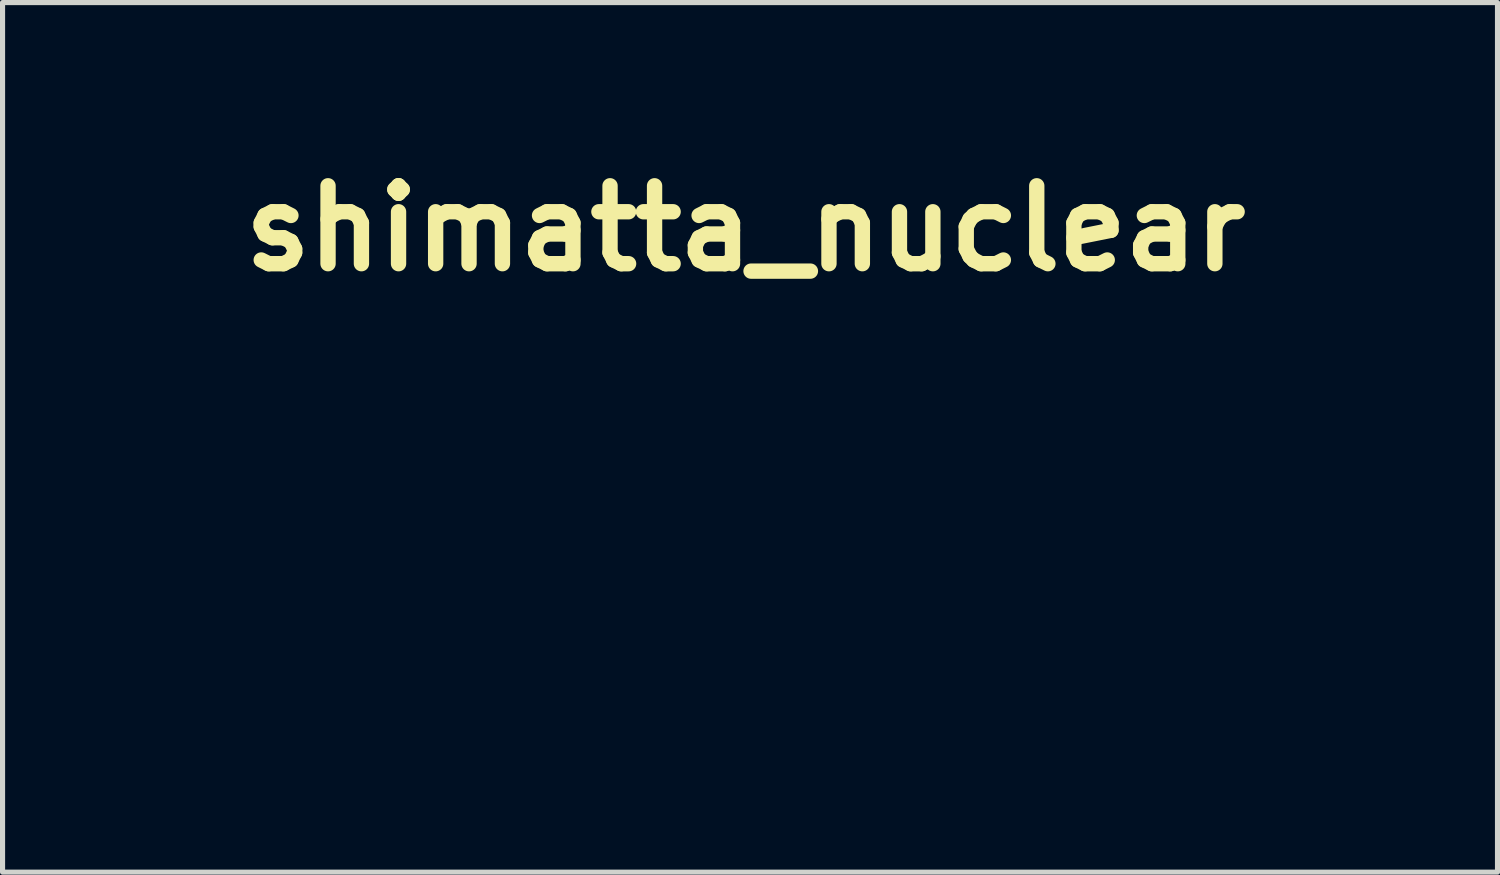
<source format=kicad_pcb>
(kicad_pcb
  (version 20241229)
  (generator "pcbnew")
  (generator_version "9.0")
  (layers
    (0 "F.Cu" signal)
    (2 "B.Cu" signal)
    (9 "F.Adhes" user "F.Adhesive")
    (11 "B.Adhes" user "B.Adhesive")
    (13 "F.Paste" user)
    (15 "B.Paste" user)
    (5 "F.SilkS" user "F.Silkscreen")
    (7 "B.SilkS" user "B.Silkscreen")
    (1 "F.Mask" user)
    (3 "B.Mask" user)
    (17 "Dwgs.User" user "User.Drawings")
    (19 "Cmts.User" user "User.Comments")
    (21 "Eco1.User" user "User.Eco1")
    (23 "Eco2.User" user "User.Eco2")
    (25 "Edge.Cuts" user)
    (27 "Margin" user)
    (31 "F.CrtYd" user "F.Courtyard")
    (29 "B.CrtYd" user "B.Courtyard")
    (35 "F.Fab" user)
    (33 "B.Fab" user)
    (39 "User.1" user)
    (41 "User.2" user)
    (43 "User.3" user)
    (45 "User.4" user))
  (footprint "shimatta_nuclear"
    (layer "F.Cu")
    (at 11.53 6.418)
    (property "Reference" "shimatta_nuclear" (at 0 -5 0) (layer "F.SilkS") (effects (font (size 1.524 1.524) (thickness 0.3))))
    (attr through_hole)
    (fp_poly (pts (xy 8.087 -1.064) (xy 8.084 -0.895) (xy 7.836 -0.887) (xy 7.485 -0.864) (xy 7.144 -0.821) (xy 6.808 -0.756) (xy 6.676 -0.724) (xy 6.592 -0.704) (xy 6.532 -0.692) (xy 6.495 -0.688) (xy 6.483 -0.691) (xy 6.479 -0.708) (xy 6.472 -0.745) (xy 6.463 -0.796) (xy 6.454 -0.847) (xy 6.43 -0.989) (xy 6.616 -1.041) (xy 6.841 -1.097) (xy 7.082 -1.145) (xy 7.331 -1.183) (xy 7.58 -1.211) (xy 7.822 -1.228) (xy 7.998 -1.232) (xy 8.091 -1.232) (xy 8.087 -1.064)) (stroke (width 0.01) (type solid)) (fill yes) (layer "F.Mask"))
    (fp_poly (pts (xy 6.614 2.936) (xy 6.619 2.938) (xy 6.684 2.974) (xy 6.743 3.03) (xy 6.789 3.096) (xy 6.814 3.155) (xy 6.827 3.241) (xy 6.818 3.323) (xy 6.79 3.398) (xy 6.746 3.464) (xy 6.688 3.517) (xy 6.62 3.557) (xy 6.544 3.579) (xy 6.464 3.582) (xy 6.381 3.563) (xy 6.363 3.555) (xy 6.283 3.506) (xy 6.222 3.441) (xy 6.181 3.361) (xy 6.163 3.276) (xy 6.166 3.188) (xy 6.191 3.108) (xy 6.235 3.038) (xy 6.293 2.982) (xy 6.363 2.942) (xy 6.442 2.919) (xy 6.527 2.916) (xy 6.614 2.936)) (stroke (width 0.01) (type solid)) (fill yes) (layer "F.Mask"))
    (fp_poly (pts (xy 6.05 3.309) (xy 6.074 3.402) (xy 6.117 3.49) (xy 6.176 3.565) (xy 6.222 3.605) (xy 6.27 3.639) (xy 6.005 4.102) (xy 5.949 4.201) (xy 5.895 4.293) (xy 5.847 4.376) (xy 5.806 4.448) (xy 5.772 4.506) (xy 5.747 4.547) (xy 5.733 4.57) (xy 5.73 4.574) (xy 5.716 4.572) (xy 5.686 4.558) (xy 5.646 4.535) (xy 5.621 4.519) (xy 5.467 4.402) (xy 5.33 4.267) (xy 5.211 4.117) (xy 5.111 3.953) (xy 5.032 3.778) (xy 4.975 3.594) (xy 4.941 3.404) (xy 4.935 3.35) (xy 4.928 3.251) (xy 6.042 3.251) (xy 6.05 3.309)) (stroke (width 0.01) (type solid)) (fill yes) (layer "F.Mask"))
    (fp_poly (pts (xy 8.052 3.318) (xy 8.047 3.396) (xy 8.034 3.489) (xy 8.015 3.586) (xy 7.991 3.679) (xy 7.978 3.721) (xy 7.905 3.9) (xy 7.811 4.068) (xy 7.699 4.221) (xy 7.57 4.357) (xy 7.497 4.42) (xy 7.452 4.455) (xy 7.403 4.492) (xy 7.355 4.526) (xy 7.313 4.555) (xy 7.28 4.576) (xy 7.263 4.584) (xy 7.262 4.584) (xy 7.255 4.574) (xy 7.237 4.543) (xy 7.209 4.495) (xy 7.172 4.432) (xy 7.128 4.356) (xy 7.077 4.268) (xy 7.022 4.173) (xy 6.987 4.112) (xy 6.717 3.639) (xy 6.752 3.614) (xy 6.828 3.544) (xy 6.887 3.457) (xy 6.927 3.358) (xy 6.937 3.32) (xy 6.95 3.251) (xy 8.052 3.251) (xy 8.052 3.318)) (stroke (width 0.01) (type solid)) (fill yes) (layer "F.Mask"))
    (fp_poly (pts (xy 6.741 1.709) (xy 6.911 1.744) (xy 7.076 1.798) (xy 7.218 1.863) (xy 7.279 1.894) (xy 7.248 1.947) (xy 7.218 1.998) (xy 7.181 2.063) (xy 7.137 2.138) (xy 7.089 2.221) (xy 7.038 2.308) (xy 6.986 2.397) (xy 6.935 2.484) (xy 6.887 2.568) (xy 6.842 2.643) (xy 6.804 2.709) (xy 6.773 2.762) (xy 6.752 2.798) (xy 6.742 2.815) (xy 6.718 2.855) (xy 6.651 2.829) (xy 6.575 2.808) (xy 6.49 2.802) (xy 6.407 2.808) (xy 6.334 2.829) (xy 6.333 2.83) (xy 6.295 2.847) (xy 6.274 2.855) (xy 6.264 2.855) (xy 6.256 2.848) (xy 6.252 2.842) (xy 6.242 2.827) (xy 6.222 2.792) (xy 6.192 2.742) (xy 6.155 2.678) (xy 6.112 2.604) (xy 6.065 2.522) (xy 6.015 2.435) (xy 5.964 2.346) (xy 5.914 2.259) (xy 5.867 2.175) (xy 5.823 2.098) (xy 5.785 2.031) (xy 5.754 1.977) (xy 5.733 1.938) (xy 5.722 1.917) (xy 5.721 1.915) (xy 5.722 1.902) (xy 5.736 1.886) (xy 5.768 1.867) (xy 5.804 1.848) (xy 5.979 1.774) (xy 6.164 1.723) (xy 6.358 1.696) (xy 6.558 1.693) (xy 6.741 1.709)) (stroke (width 0.01) (type solid)) (fill yes) (layer "F.Mask"))
    (fp_poly (pts (xy 6.514 -0.034) (xy 6.522 -0.001) (xy 6.531 0.044) (xy 6.534 0.06) (xy 6.567 0.199) (xy 6.611 0.316) (xy 6.666 0.412) (xy 6.734 0.491) (xy 6.818 0.552) (xy 6.917 0.599) (xy 7.01 0.627) (xy 7.148 0.653) (xy 7.307 0.668) (xy 7.489 0.673) (xy 7.693 0.667) (xy 7.92 0.652) (xy 8.151 0.628) (xy 8.214 0.621) (xy 8.267 0.615) (xy 8.305 0.612) (xy 8.324 0.612) (xy 8.325 0.612) (xy 8.327 0.625) (xy 8.33 0.659) (xy 8.333 0.709) (xy 8.337 0.77) (xy 8.338 0.789) (xy 8.347 0.961) (xy 8.139 0.983) (xy 8.049 0.991) (xy 7.952 1) (xy 7.853 1.008) (xy 7.756 1.014) (xy 7.666 1.02) (xy 7.587 1.024) (xy 7.525 1.026) (xy 7.487 1.026) (xy 7.453 1.025) (xy 7.401 1.022) (xy 7.34 1.018) (xy 7.296 1.015) (xy 7.107 0.996) (xy 6.939 0.965) (xy 6.791 0.922) (xy 6.663 0.864) (xy 6.552 0.792) (xy 6.457 0.704) (xy 6.378 0.599) (xy 6.312 0.477) (xy 6.259 0.336) (xy 6.224 0.205) (xy 6.213 0.153) (xy 6.206 0.11) (xy 6.205 0.083) (xy 6.206 0.076) (xy 6.222 0.067) (xy 6.255 0.052) (xy 6.3 0.033) (xy 6.351 0.012) (xy 6.402 -0.009) (xy 6.449 -0.027) (xy 6.486 -0.041) (xy 6.507 -0.047) (xy 6.51 -0.047) (xy 6.514 -0.034)) (stroke (width 0.01) (type solid)) (fill yes) (layer "F.Mask"))
    (fp_poly (pts (xy -7.899 -1.121) (xy -7.899 -0.898) (xy -7.899 -0.698) (xy -7.898 -0.522) (xy -7.898 -0.366) (xy -7.897 -0.229) (xy -7.896 -0.11) (xy -7.895 -0.007) (xy -7.893 0.081) (xy -7.891 0.156) (xy -7.888 0.219) (xy -7.885 0.272) (xy -7.881 0.317) (xy -7.876 0.354) (xy -7.871 0.386) (xy -7.865 0.414) (xy -7.857 0.439) (xy -7.849 0.463) (xy -7.84 0.488) (xy -7.836 0.499) (xy -7.788 0.595) (xy -7.721 0.673) (xy -7.635 0.735) (xy -7.53 0.781) (xy -7.518 0.785) (xy -7.463 0.796) (xy -7.388 0.804) (xy -7.301 0.807) (xy -7.209 0.807) (xy -7.117 0.802) (xy -7.032 0.794) (xy -6.96 0.782) (xy -6.941 0.777) (xy -6.865 0.752) (xy -6.778 0.717) (xy -6.69 0.677) (xy -6.609 0.635) (xy -6.545 0.595) (xy -6.406 0.487) (xy -6.273 0.355) (xy -6.146 0.202) (xy -6.026 0.03) (xy -5.947 -0.104) (xy -5.872 -0.24) (xy -5.736 -0.104) (xy -5.601 0.032) (xy -5.662 0.138) (xy -5.774 0.314) (xy -5.904 0.478) (xy -6.048 0.629) (xy -6.203 0.764) (xy -6.369 0.883) (xy -6.541 0.982) (xy -6.718 1.06) (xy -6.897 1.116) (xy -6.99 1.136) (xy -7.091 1.149) (xy -7.207 1.154) (xy -7.327 1.154) (xy -7.443 1.147) (xy -7.546 1.133) (xy -7.569 1.129) (xy -7.718 1.087) (xy -7.849 1.027) (xy -7.963 0.948) (xy -8.059 0.851) (xy -8.138 0.735) (xy -8.199 0.602) (xy -8.242 0.45) (xy -8.267 0.291) (xy -8.269 0.256) (xy -8.272 0.196) (xy -8.273 0.112) (xy -8.275 0.007) (xy -8.277 -0.121) (xy -8.278 -0.268) (xy -8.279 -0.436) (xy -8.28 -0.621) (xy -8.28 -0.824) (xy -8.28 -1.044) (xy -8.28 -1.157) (xy -8.28 -2.477) (xy -7.899 -2.477) (xy -7.899 -1.121)) (stroke (width 0.01) (type solid)) (fill yes) (layer "F.Mask"))
    (fp_poly (pts (xy 2.254 -1.301) (xy 2.347 -1.3) (xy 2.42 -1.299) (xy 2.476 -1.297) (xy 2.521 -1.293) (xy 2.559 -1.287) (xy 2.596 -1.279) (xy 2.623 -1.272) (xy 2.775 -1.219) (xy 2.908 -1.151) (xy 3.022 -1.065) (xy 3.119 -0.962) (xy 3.197 -0.842) (xy 3.219 -0.798) (xy 3.254 -0.716) (xy 3.278 -0.635) (xy 3.293 -0.549) (xy 3.299 -0.452) (xy 3.298 -0.337) (xy 3.298 -0.337) (xy 3.292 -0.229) (xy 3.28 -0.138) (xy 3.261 -0.058) (xy 3.232 0.02) (xy 3.193 0.102) (xy 3.112 0.229) (xy 3.009 0.345) (xy 2.883 0.451) (xy 2.734 0.547) (xy 2.564 0.631) (xy 2.371 0.705) (xy 2.157 0.768) (xy 1.922 0.819) (xy 1.734 0.85) (xy 1.66 0.86) (xy 1.586 0.869) (xy 1.521 0.877) (xy 1.471 0.882) (xy 1.467 0.883) (xy 1.378 0.89) (xy 1.3 0.726) (xy 1.222 0.562) (xy 1.357 0.553) (xy 1.61 0.531) (xy 1.843 0.497) (xy 2.055 0.452) (xy 2.245 0.396) (xy 2.415 0.329) (xy 2.562 0.25) (xy 2.686 0.161) (xy 2.753 0.099) (xy 2.83 0.012) (xy 2.886 -0.072) (xy 2.924 -0.159) (xy 2.947 -0.256) (xy 2.956 -0.354) (xy 2.953 -0.491) (xy 2.931 -0.613) (xy 2.889 -0.718) (xy 2.827 -0.807) (xy 2.745 -0.881) (xy 2.645 -0.938) (xy 2.525 -0.979) (xy 2.385 -1.003) (xy 2.226 -1.012) (xy 2.066 -1.005) (xy 1.951 -0.995) (xy 1.836 -0.981) (xy 1.718 -0.963) (xy 1.595 -0.941) (xy 1.464 -0.913) (xy 1.323 -0.881) (xy 1.168 -0.842) (xy 0.998 -0.796) (xy 0.809 -0.743) (xy 0.599 -0.682) (xy 0.584 -0.677) (xy 0.573 -0.682) (xy 0.557 -0.703) (xy 0.535 -0.742) (xy 0.506 -0.802) (xy 0.493 -0.831) (xy 0.421 -0.99) (xy 0.468 -1.003) (xy 0.698 -1.062) (xy 0.932 -1.117) (xy 1.166 -1.168) (xy 1.393 -1.212) (xy 1.609 -1.25) (xy 1.807 -1.279) (xy 1.854 -1.285) (xy 1.91 -1.29) (xy 1.984 -1.295) (xy 2.07 -1.298) (xy 2.162 -1.3) (xy 2.252 -1.301) (xy 2.254 -1.301)) (stroke (width 0.01) (type solid)) (fill yes) (layer "F.Mask"))
    (fp_poly (pts (xy 5.938 -2.639) (xy 5.972 -2.635) (xy 6.021 -2.628) (xy 6.082 -2.618) (xy 6.102 -2.615) (xy 6.173 -2.602) (xy 6.223 -2.592) (xy 6.255 -2.582) (xy 6.27 -2.573) (xy 6.274 -2.566) (xy 6.27 -2.549) (xy 6.262 -2.511) (xy 6.249 -2.454) (xy 6.232 -2.384) (xy 6.211 -2.302) (xy 6.189 -2.213) (xy 6.187 -2.206) (xy 6.165 -2.117) (xy 6.145 -2.036) (xy 6.129 -1.967) (xy 6.117 -1.913) (xy 6.11 -1.877) (xy 6.108 -1.861) (xy 6.108 -1.861) (xy 6.123 -1.861) (xy 6.16 -1.865) (xy 6.212 -1.872) (xy 6.278 -1.881) (xy 6.352 -1.893) (xy 6.431 -1.905) (xy 6.509 -1.918) (xy 6.584 -1.931) (xy 6.651 -1.944) (xy 6.679 -1.949) (xy 6.739 -1.961) (xy 6.789 -1.97) (xy 6.824 -1.976) (xy 6.84 -1.978) (xy 6.84 -1.978) (xy 6.842 -1.965) (xy 6.845 -1.931) (xy 6.849 -1.882) (xy 6.852 -1.822) (xy 6.853 -1.814) (xy 6.856 -1.748) (xy 6.857 -1.702) (xy 6.856 -1.674) (xy 6.852 -1.658) (xy 6.845 -1.65) (xy 6.838 -1.646) (xy 6.812 -1.641) (xy 6.767 -1.633) (xy 6.704 -1.624) (xy 6.631 -1.613) (xy 6.55 -1.602) (xy 6.466 -1.591) (xy 6.384 -1.58) (xy 6.308 -1.571) (xy 6.243 -1.564) (xy 6.217 -1.562) (xy 6.155 -1.556) (xy 6.1 -1.55) (xy 6.059 -1.546) (xy 6.038 -1.543) (xy 6.025 -1.536) (xy 6.013 -1.52) (xy 6 -1.49) (xy 5.983 -1.442) (xy 5.964 -1.381) (xy 5.856 -1.036) (xy 5.747 -0.702) (xy 5.637 -0.382) (xy 5.527 -0.078) (xy 5.418 0.209) (xy 5.31 0.476) (xy 5.205 0.721) (xy 5.109 0.93) (xy 5.079 0.991) (xy 5.052 1.042) (xy 5.03 1.08) (xy 5.015 1.101) (xy 5.011 1.104) (xy 4.995 1.098) (xy 4.961 1.084) (xy 4.912 1.064) (xy 4.855 1.039) (xy 4.839 1.032) (xy 4.781 1.006) (xy 4.732 0.984) (xy 4.696 0.967) (xy 4.678 0.959) (xy 4.676 0.958) (xy 4.681 0.947) (xy 4.695 0.916) (xy 4.718 0.87) (xy 4.748 0.811) (xy 4.783 0.743) (xy 4.793 0.722) (xy 4.959 0.386) (xy 5.115 0.035) (xy 5.262 -0.332) (xy 5.403 -0.719) (xy 5.536 -1.127) (xy 5.576 -1.257) (xy 5.598 -1.328) (xy 5.617 -1.391) (xy 5.632 -1.443) (xy 5.643 -1.478) (xy 5.647 -1.491) (xy 5.649 -1.499) (xy 5.645 -1.505) (xy 5.634 -1.509) (xy 5.612 -1.511) (xy 5.576 -1.512) (xy 5.523 -1.511) (xy 5.449 -1.51) (xy 5.389 -1.508) (xy 5.292 -1.506) (xy 5.188 -1.506) (xy 5.084 -1.506) (xy 4.99 -1.507) (xy 4.924 -1.508) (xy 4.724 -1.515) (xy 4.724 -1.842) (xy 4.867 -1.832) (xy 4.915 -1.83) (xy 4.979 -1.828) (xy 5.055 -1.826) (xy 5.141 -1.825) (xy 5.232 -1.824) (xy 5.325 -1.823) (xy 5.417 -1.823) (xy 5.503 -1.823) (xy 5.581 -1.824) (xy 5.646 -1.825) (xy 5.695 -1.827) (xy 5.726 -1.829) (xy 5.733 -1.83) (xy 5.738 -1.844) (xy 5.748 -1.879) (xy 5.761 -1.931) (xy 5.777 -1.997) (xy 5.795 -2.072) (xy 5.815 -2.154) (xy 5.834 -2.237) (xy 5.853 -2.319) (xy 5.871 -2.396) (xy 5.886 -2.463) (xy 5.897 -2.518) (xy 5.899 -2.527) (xy 5.909 -2.576) (xy 5.918 -2.615) (xy 5.924 -2.637) (xy 5.925 -2.64) (xy 5.938 -2.639)) (stroke (width 0.01) (type solid)) (fill yes) (layer "F.Mask"))
    (fp_poly (pts (xy 0.813 -4.899) (xy 1.526 -4.875) (xy 2.233 -4.834) (xy 2.932 -4.778) (xy 3.621 -4.705) (xy 4.298 -4.616) (xy 4.959 -4.512) (xy 5.563 -4.399) (xy 6.044 -4.297) (xy 6.509 -4.188) (xy 6.958 -4.071) (xy 7.389 -3.947) (xy 7.803 -3.816) (xy 8.198 -3.679) (xy 8.575 -3.535) (xy 8.933 -3.385) (xy 9.272 -3.23) (xy 9.591 -3.068) (xy 9.889 -2.902) (xy 10.166 -2.73) (xy 10.422 -2.554) (xy 10.657 -2.373) (xy 10.869 -2.188) (xy 11.058 -1.999) (xy 11.225 -1.806) (xy 11.367 -1.609) (xy 11.486 -1.409) (xy 11.58 -1.206) (xy 11.619 -1.099) (xy 11.65 -1) (xy 11.672 -0.912) (xy 11.688 -0.828) (xy 11.697 -0.74) (xy 11.702 -0.641) (xy 11.703 -0.546) (xy 11.702 -0.433) (xy 11.696 -0.337) (xy 11.686 -0.251) (xy 11.669 -0.168) (xy 11.646 -0.078) (xy 11.614 0.021) (xy 11.535 0.219) (xy 11.432 0.416) (xy 11.304 0.611) (xy 11.151 0.803) (xy 10.976 0.992) (xy 10.777 1.178) (xy 10.556 1.361) (xy 10.313 1.539) (xy 10.048 1.714) (xy 9.762 1.883) (xy 9.455 2.047) (xy 9.129 2.206) (xy 8.836 2.336) (xy 8.774 2.362) (xy 8.703 2.391) (xy 8.625 2.423) (xy 8.545 2.455) (xy 8.467 2.486) (xy 8.393 2.515) (xy 8.329 2.54) (xy 8.276 2.56) (xy 8.24 2.573) (xy 8.223 2.578) (xy 8.222 2.578) (xy 8.22 2.567) (xy 8.218 2.536) (xy 8.217 2.498) (xy 8.217 2.418) (xy 8.392 2.35) (xy 8.759 2.201) (xy 9.105 2.046) (xy 9.43 1.886) (xy 9.733 1.721) (xy 10.014 1.553) (xy 10.273 1.38) (xy 10.509 1.203) (xy 10.722 1.023) (xy 10.911 0.84) (xy 11.077 0.653) (xy 11.219 0.464) (xy 11.337 0.272) (xy 11.429 0.079) (xy 11.473 -0.038) (xy 11.524 -0.234) (xy 11.551 -0.431) (xy 11.553 -0.63) (xy 11.53 -0.828) (xy 11.482 -1.023) (xy 11.42 -1.191) (xy 11.321 -1.389) (xy 11.198 -1.584) (xy 11.051 -1.775) (xy 10.879 -1.964) (xy 10.684 -2.149) (xy 10.465 -2.33) (xy 10.223 -2.507) (xy 9.959 -2.68) (xy 9.673 -2.848) (xy 9.365 -3.012) (xy 9.036 -3.17) (xy 8.686 -3.323) (xy 8.315 -3.47) (xy 7.924 -3.611) (xy 7.785 -3.658) (xy 7.226 -3.834) (xy 6.648 -3.994) (xy 6.05 -4.14) (xy 5.433 -4.27) (xy 4.796 -4.384) (xy 4.139 -4.484) (xy 3.463 -4.569) (xy 2.766 -4.638) (xy 2.049 -4.692) (xy 1.312 -4.732) (xy 1.175 -4.737) (xy 0.99 -4.743) (xy 0.784 -4.747) (xy 0.561 -4.75) (xy 0.325 -4.751) (xy 0.079 -4.751) (xy -0.172 -4.749) (xy -0.425 -4.746) (xy -0.674 -4.742) (xy -0.917 -4.736) (xy -1.149 -4.729) (xy -1.367 -4.721) (xy -1.566 -4.712) (xy -1.575 -4.711) (xy -2.137 -4.676) (xy -2.69 -4.63) (xy -3.234 -4.574) (xy -3.769 -4.509) (xy -4.292 -4.434) (xy -4.803 -4.35) (xy -5.303 -4.257) (xy -5.788 -4.156) (xy -6.26 -4.046) (xy -6.716 -3.927) (xy -7.157 -3.801) (xy -7.58 -3.666) (xy -7.986 -3.525) (xy -8.374 -3.376) (xy -8.743 -3.219) (xy -9.091 -3.056) (xy -9.419 -2.887) (xy -9.724 -2.71) (xy -10.007 -2.528) (xy -10.267 -2.34) (xy -10.416 -2.221) (xy -10.622 -2.037) (xy -10.803 -1.85) (xy -10.96 -1.66) (xy -11.092 -1.467) (xy -11.2 -1.272) (xy -11.282 -1.074) (xy -11.34 -0.875) (xy -11.349 -0.83) (xy -11.362 -0.735) (xy -11.37 -0.624) (xy -11.371 -0.508) (xy -11.366 -0.394) (xy -11.354 -0.293) (xy -11.349 -0.262) (xy -11.297 -0.063) (xy -11.221 0.134) (xy -11.119 0.329) (xy -10.994 0.521) (xy -10.844 0.711) (xy -10.67 0.897) (xy -10.473 1.081) (xy -10.253 1.26) (xy -10.01 1.436) (xy -9.744 1.608) (xy -9.457 1.775) (xy -9.147 1.937) (xy -8.816 2.095) (xy -8.464 2.247) (xy -8.338 2.299) (xy -7.883 2.47) (xy -7.407 2.631) (xy -6.91 2.782) (xy -6.393 2.921) (xy -5.857 3.049) (xy -5.304 3.166) (xy -4.733 3.271) (xy -4.148 3.364) (xy -3.548 3.445) (xy -2.934 3.514) (xy -2.309 3.57) (xy -1.672 3.614) (xy -1.575 3.619) (xy -1.375 3.629) (xy -1.156 3.637) (xy -0.922 3.644) (xy -0.676 3.65) (xy -0.423 3.655) (xy -0.166 3.658) (xy 0.089 3.659) (xy 0.339 3.659) (xy 0.58 3.658) (xy 0.808 3.655) (xy 1.017 3.65) (xy 1.184 3.645) (xy 1.746 3.619) (xy 2.288 3.585) (xy 2.816 3.543) (xy 3.333 3.491) (xy 3.845 3.431) (xy 4.356 3.36) (xy 4.368 3.359) (xy 4.452 3.346) (xy 4.527 3.335) (xy 4.589 3.326) (xy 4.636 3.319) (xy 4.664 3.315) (xy 4.67 3.315) (xy 4.672 3.326) (xy 4.673 3.356) (xy 4.674 3.39) (xy 4.674 3.416) (xy 4.674 3.435) (xy 4.67 3.45) (xy 4.66 3.461) (xy 4.639 3.47) (xy 4.606 3.478) (xy 4.557 3.487) (xy 4.489 3.497) (xy 4.4 3.51) (xy 4.394 3.511) (xy 3.863 3.584) (xy 3.312 3.648) (xy 2.746 3.702) (xy 2.17 3.746) (xy 1.588 3.78) (xy 1.005 3.803) (xy 0.424 3.816) (xy -0.149 3.818) (xy -0.624 3.81) (xy -1.153 3.793) (xy -1.686 3.766) (xy -2.213 3.732) (xy -2.515 3.707) (xy -3.071 3.654) (xy -3.618 3.591) (xy -4.154 3.518) (xy -4.678 3.436) (xy -5.189 3.344) (xy -5.687 3.243) (xy -6.171 3.133) (xy -6.64 3.015) (xy -7.092 2.889) (xy -7.528 2.754) (xy -7.946 2.611) (xy -8.345 2.461) (xy -8.725 2.304) (xy -9.084 2.14) (xy -9.422 1.969) (xy -9.738 1.791) (xy -10.032 1.607) (xy -10.301 1.417) (xy -10.319 1.404) (xy -10.552 1.217) (xy -10.76 1.027) (xy -10.943 0.835) (xy -11.101 0.639) (xy -11.235 0.44) (xy -11.344 0.237) (xy -11.429 0.031) (xy -11.49 -0.179) (xy -11.496 -0.207) (xy -11.513 -0.317) (xy -11.523 -0.442) (xy -11.525 -0.574) (xy -11.52 -0.704) (xy -11.507 -0.823) (xy -11.496 -0.885) (xy -11.437 -1.098) (xy -11.353 -1.308) (xy -11.244 -1.514) (xy -11.11 -1.717) (xy -10.952 -1.916) (xy -10.768 -2.111) (xy -10.559 -2.303) (xy -10.325 -2.491) (xy -10.067 -2.675) (xy -9.784 -2.856) (xy -9.476 -3.033) (xy -9.347 -3.101) (xy -9.019 -3.265) (xy -8.667 -3.422) (xy -8.293 -3.574) (xy -7.899 -3.72) (xy -7.485 -3.859) (xy -7.053 -3.991) (xy -6.605 -4.115) (xy -6.142 -4.231) (xy -5.665 -4.339) (xy -5.176 -4.438) (xy -4.677 -4.528) (xy -4.168 -4.609) (xy -4.12 -4.616) (xy -3.439 -4.705) (xy -2.745 -4.779) (xy -2.042 -4.836) (xy -1.332 -4.876) (xy -0.618 -4.9) (xy 0.098 -4.908) (xy 0.813 -4.899)) (stroke (width 0.01) (type solid)) (fill yes) (layer "F.Mask"))
    (fp_poly (pts (xy -2.332 -2.405) (xy -2.33 -2.322) (xy -2.327 -2.238) (xy -2.325 -2.16) (xy -2.324 -2.096) (xy -2.324 -2.074) (xy -2.324 -1.956) (xy -2.257 -1.956) (xy -2.203 -1.958) (xy -2.128 -1.964) (xy -2.035 -1.972) (xy -1.93 -1.983) (xy -1.816 -1.996) (xy -1.697 -2.011) (xy -1.577 -2.027) (xy -1.461 -2.044) (xy -1.352 -2.06) (xy -1.305 -2.068) (xy -1.247 -2.078) (xy -1.207 -2.083) (xy -1.181 -2.081) (xy -1.165 -2.066) (xy -1.157 -2.037) (xy -1.153 -1.99) (xy -1.149 -1.921) (xy -1.149 -1.916) (xy -1.14 -1.781) (xy -1.183 -1.774) (xy -1.233 -1.766) (xy -1.304 -1.756) (xy -1.392 -1.744) (xy -1.49 -1.732) (xy -1.596 -1.72) (xy -1.703 -1.708) (xy -1.808 -1.697) (xy -1.886 -1.689) (xy -1.972 -1.681) (xy -2.054 -1.673) (xy -2.128 -1.666) (xy -2.188 -1.661) (xy -2.229 -1.657) (xy -2.234 -1.656) (xy -2.315 -1.649) (xy -2.309 -1.371) (xy -2.307 -1.289) (xy -2.304 -1.216) (xy -2.302 -1.156) (xy -2.299 -1.112) (xy -2.296 -1.088) (xy -2.295 -1.084) (xy -2.28 -1.083) (xy -2.244 -1.085) (xy -2.19 -1.09) (xy -2.121 -1.097) (xy -2.041 -1.106) (xy -1.953 -1.116) (xy -1.862 -1.127) (xy -1.77 -1.139) (xy -1.682 -1.151) (xy -1.6 -1.163) (xy -1.53 -1.174) (xy -1.467 -1.184) (xy -1.413 -1.193) (xy -1.373 -1.199) (xy -1.352 -1.202) (xy -1.35 -1.202) (xy -1.348 -1.188) (xy -1.344 -1.155) (xy -1.341 -1.11) (xy -1.338 -1.057) (xy -1.335 -1.003) (xy -1.333 -0.954) (xy -1.333 -0.917) (xy -1.334 -0.897) (xy -1.334 -0.895) (xy -1.352 -0.89) (xy -1.391 -0.883) (xy -1.447 -0.874) (xy -1.517 -0.864) (xy -1.597 -0.854) (xy -1.683 -0.843) (xy -1.771 -0.832) (xy -1.857 -0.822) (xy -1.938 -0.813) (xy -2.007 -0.807) (xy -2.083 -0.8) (xy -2.151 -0.793) (xy -2.208 -0.787) (xy -2.248 -0.783) (xy -2.267 -0.781) (xy -2.276 -0.778) (xy -2.283 -0.771) (xy -2.287 -0.756) (xy -2.289 -0.73) (xy -2.29 -0.689) (xy -2.29 -0.63) (xy -2.288 -0.556) (xy -2.286 -0.466) (xy -2.284 -0.368) (xy -2.28 -0.272) (xy -2.277 -0.188) (xy -2.276 -0.161) (xy -2.267 0.015) (xy -2.113 0.077) (xy -1.817 0.205) (xy -1.521 0.359) (xy -1.508 0.366) (xy -1.424 0.414) (xy -1.343 0.461) (xy -1.269 0.506) (xy -1.204 0.546) (xy -1.151 0.58) (xy -1.114 0.606) (xy -1.094 0.622) (xy -1.092 0.626) (xy -1.099 0.64) (xy -1.119 0.67) (xy -1.147 0.713) (xy -1.183 0.764) (xy -1.196 0.782) (xy -1.3 0.927) (xy -1.339 0.897) (xy -1.408 0.847) (xy -1.491 0.789) (xy -1.583 0.728) (xy -1.677 0.668) (xy -1.764 0.615) (xy -1.773 0.609) (xy -1.831 0.576) (xy -1.896 0.54) (xy -1.966 0.502) (xy -2.036 0.466) (xy -2.103 0.432) (xy -2.161 0.404) (xy -2.208 0.383) (xy -2.238 0.37) (xy -2.247 0.368) (xy -2.259 0.379) (xy -2.261 0.391) (xy -2.264 0.444) (xy -2.272 0.513) (xy -2.283 0.587) (xy -2.297 0.658) (xy -2.31 0.716) (xy -2.314 0.728) (xy -2.355 0.827) (xy -2.413 0.911) (xy -2.488 0.98) (xy -2.581 1.035) (xy -2.692 1.077) (xy -2.823 1.104) (xy -2.974 1.118) (xy -3.147 1.12) (xy -3.226 1.116) (xy -3.344 1.107) (xy -3.447 1.093) (xy -3.542 1.073) (xy -3.617 1.052) (xy -3.744 1.003) (xy -3.857 0.94) (xy -3.953 0.865) (xy -4.031 0.78) (xy -4.08 0.701) (xy -4.098 0.663) (xy -4.11 0.631) (xy -4.117 0.6) (xy -4.12 0.56) (xy -4.121 0.506) (xy -4.121 0.491) (xy -3.781 0.491) (xy -3.76 0.555) (xy -3.716 0.618) (xy -3.647 0.679) (xy -3.618 0.698) (xy -3.525 0.746) (xy -3.415 0.783) (xy -3.294 0.808) (xy -3.167 0.82) (xy -3.042 0.819) (xy -2.924 0.805) (xy -2.852 0.787) (xy -2.79 0.763) (xy -2.74 0.732) (xy -2.706 0.701) (xy -2.666 0.656) (xy -2.637 0.607) (xy -2.618 0.55) (xy -2.607 0.479) (xy -2.604 0.389) (xy -2.603 0.367) (xy -2.604 0.307) (xy -2.605 0.268) (xy -2.609 0.244) (xy -2.615 0.232) (xy -2.626 0.227) (xy -2.632 0.225) (xy -2.738 0.202) (xy -2.823 0.184) (xy -2.892 0.171) (xy -2.949 0.161) (xy -3 0.155) (xy -3.047 0.151) (xy -3.096 0.15) (xy -3.151 0.149) (xy -3.162 0.149) (xy -3.247 0.15) (xy -3.314 0.154) (xy -3.371 0.162) (xy -3.424 0.174) (xy -3.433 0.176) (xy -3.545 0.213) (xy -3.635 0.258) (xy -3.705 0.31) (xy -3.753 0.367) (xy -3.778 0.428) (xy -3.781 0.491) (xy -4.121 0.491) (xy -4.121 0.47) (xy -4.121 0.406) (xy -4.119 0.36) (xy -4.114 0.326) (xy -4.105 0.297) (xy -4.091 0.267) (xy -4.085 0.255) (xy -4.022 0.163) (xy -3.938 0.081) (xy -3.833 0.011) (xy -3.709 -0.048) (xy -3.568 -0.094) (xy -3.442 -0.121) (xy -3.366 -0.131) (xy -3.272 -0.136) (xy -3.165 -0.138) (xy -3.053 -0.136) (xy -2.942 -0.13) (xy -2.839 -0.121) (xy -2.749 -0.109) (xy -2.74 -0.108) (xy -2.687 -0.099) (xy -2.645 -0.092) (xy -2.619 -0.09) (xy -2.613 -0.09) (xy -2.612 -0.104) (xy -2.612 -0.139) (xy -2.612 -0.193) (xy -2.613 -0.263) (xy -2.615 -0.344) (xy -2.616 -0.425) (xy -2.623 -0.754) (xy -2.877 -0.749) (xy -3.128 -0.745) (xy -3.38 -0.747) (xy -3.623 -0.752) (xy -3.743 -0.757) (xy -3.924 -0.765) (xy -3.924 -1.07) (xy -3.826 -1.062) (xy -3.763 -1.058) (xy -3.68 -1.055) (xy -3.581 -1.051) (xy -3.471 -1.049) (xy -3.356 -1.046) (xy -3.238 -1.045) (xy -3.124 -1.044) (xy -3.017 -1.044) (xy -2.923 -1.044) (xy -2.846 -1.046) (xy -2.804 -1.047) (xy -2.629 -1.057) (xy -2.629 -1.225) (xy -2.63 -1.302) (xy -2.631 -1.382) (xy -2.634 -1.456) (xy -2.637 -1.509) (xy -2.645 -1.625) (xy -3.167 -1.623) (xy -3.292 -1.622) (xy -3.419 -1.623) (xy -3.545 -1.623) (xy -3.663 -1.625) (xy -3.77 -1.626) (xy -3.861 -1.628) (xy -3.931 -1.631) (xy -3.934 -1.631) (xy -4.178 -1.641) (xy -4.178 -1.945) (xy -3.947 -1.934) (xy -3.884 -1.932) (xy -3.805 -1.93) (xy -3.714 -1.928) (xy -3.612 -1.927) (xy -3.504 -1.926) (xy -3.391 -1.925) (xy -3.277 -1.924) (xy -3.165 -1.924) (xy -3.057 -1.924) (xy -2.956 -1.925) (xy -2.865 -1.925) (xy -2.788 -1.926) (xy -2.726 -1.928) (xy -2.683 -1.93) (xy -2.662 -1.932) (xy -2.661 -1.932) (xy -2.659 -1.946) (xy -2.659 -1.982) (xy -2.66 -2.041) (xy -2.664 -2.123) (xy -2.669 -2.228) (xy -2.676 -2.358) (xy -2.685 -2.513) (xy -2.686 -2.518) (xy -2.692 -2.616) (xy -2.516 -2.616) (xy -2.341 -2.616) (xy -2.332 -2.405)) (stroke (width 0.01) (type solid)) (fill yes) (layer "F.Mask")))
  (gr_rect
    (start -3 -3)
    (end 26.238 14.007)
    (stroke (width 0.1) (type default))
    (fill no)
    (layer "Edge.Cuts")))
</source>
